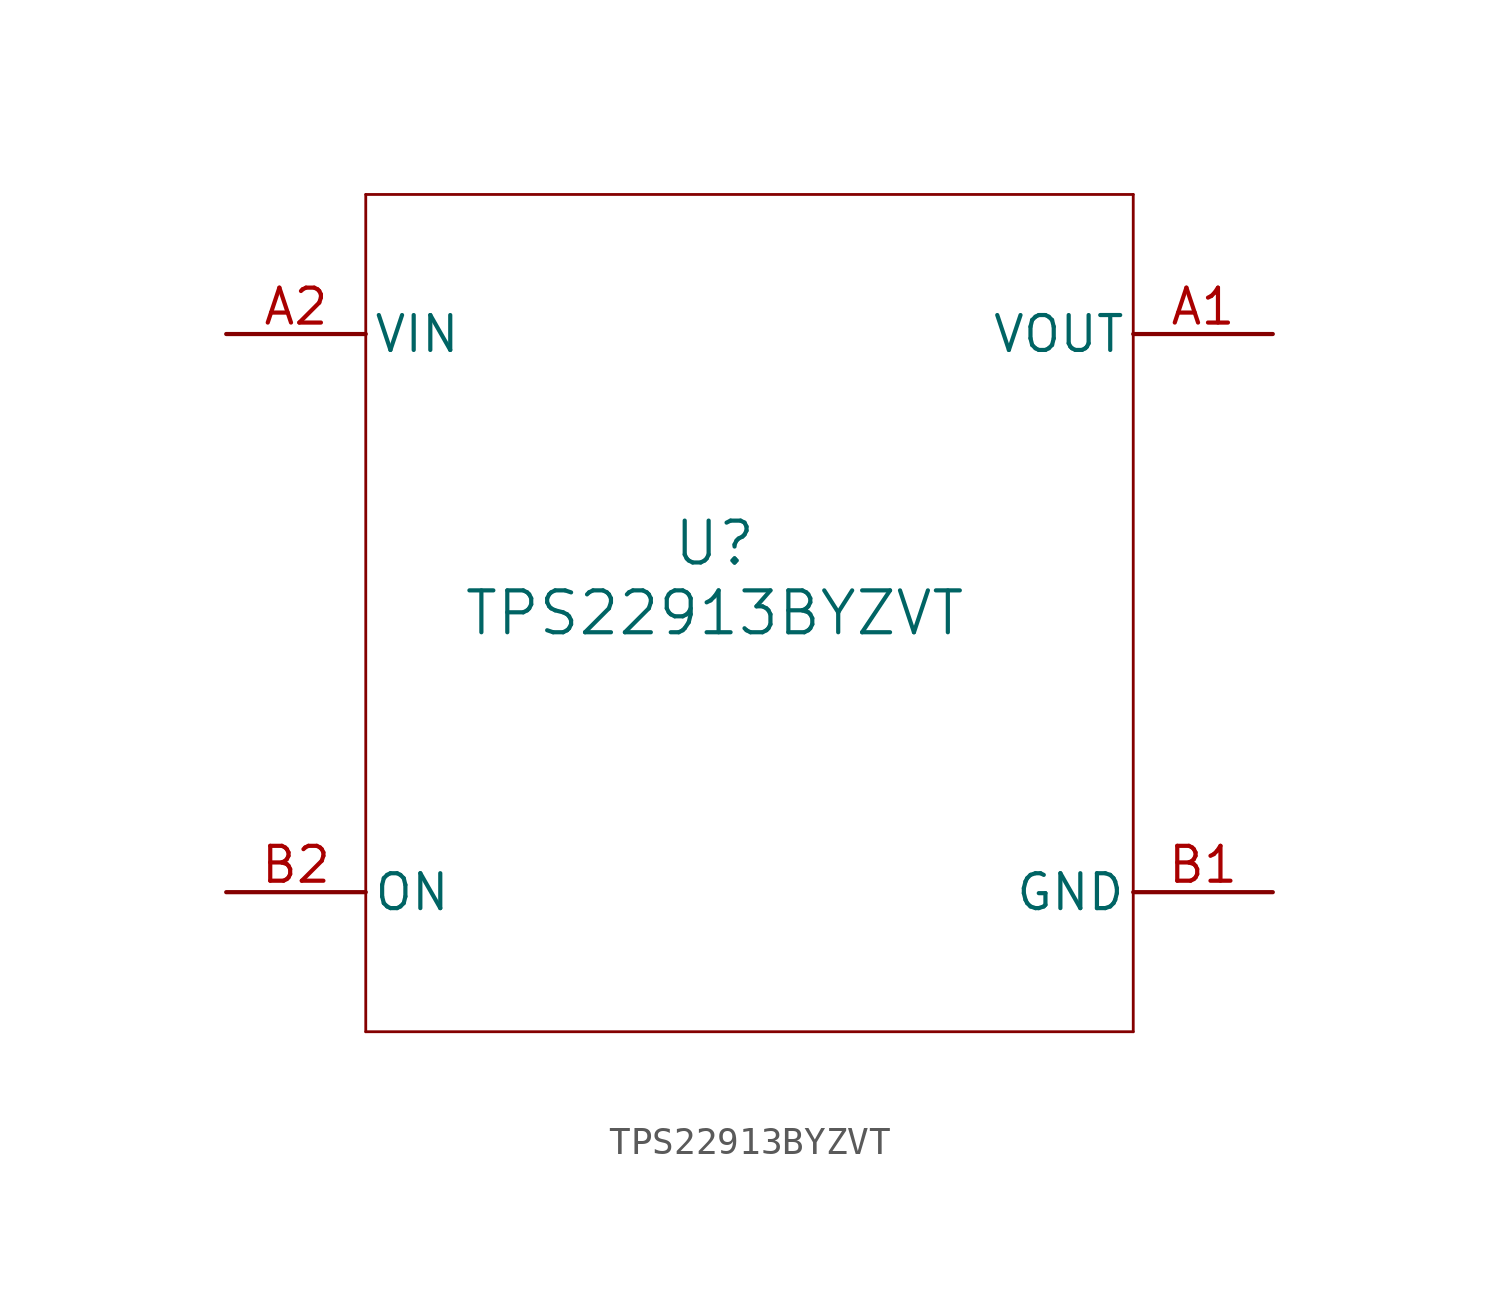
<source format=kicad_sym>
(kicad_symbol_lib
  (version 20211014)
  (generator kicad_symbol_editor)
  (symbol "TPS22913BYZVT"
    (pin_names
      (offset 0.254))
    (property "Reference" "U"
      (at 0 2.54 0)
      (effects (font (size 1.524 1.524))))
    (property "Value" "TPS22913BYZVT"
      (at 0 0 0)
      (effects (font (size 1.524 1.524))))
    (symbol "TPS22913BYZVT_0_1"
      (polyline (pts (xy -12.7 -15.24) (xy 15.24 -15.24)) (stroke (width 0.102) (type default) (color 0 0 0 0)) (fill (type none)))
      (polyline (pts (xy 15.24 -15.24) (xy 15.24 15.24)) (stroke (width 0.102) (type default) (color 0 0 0 0)) (fill (type none)))
      (polyline (pts (xy 15.24 15.24) (xy -12.7 15.24)) (stroke (width 0.102) (type default) (color 0 0 0 0)) (fill (type none)))
      (polyline (pts (xy -12.7 15.24) (xy -12.7 -15.24)) (stroke (width 0.102) (type default) (color 0 0 0 0)) (fill (type none)))
      (pin power_in line (at 20.32 10.16 180) (length 5.08) (name "VOUT" (effects (font (size 1.27 1.27)))) (number "A1" (effects (font (size 1.27 1.27)))))
      (pin power_in line (at -17.78 10.16 0) (length 5.08) (name "VIN" (effects (font (size 1.27 1.27)))) (number "A2" (effects (font (size 1.27 1.27)))))
      (pin power_in line (at 20.32 -10.16 180) (length 5.08) (name "GND" (effects (font (size 1.27 1.27)))) (number "B1" (effects (font (size 1.27 1.27)))))
      (pin input line (at -17.78 -10.16 0) (length 5.08) (name "ON" (effects (font (size 1.27 1.27)))) (number "B2" (effects (font (size 1.27 1.27))))))))
</source>
